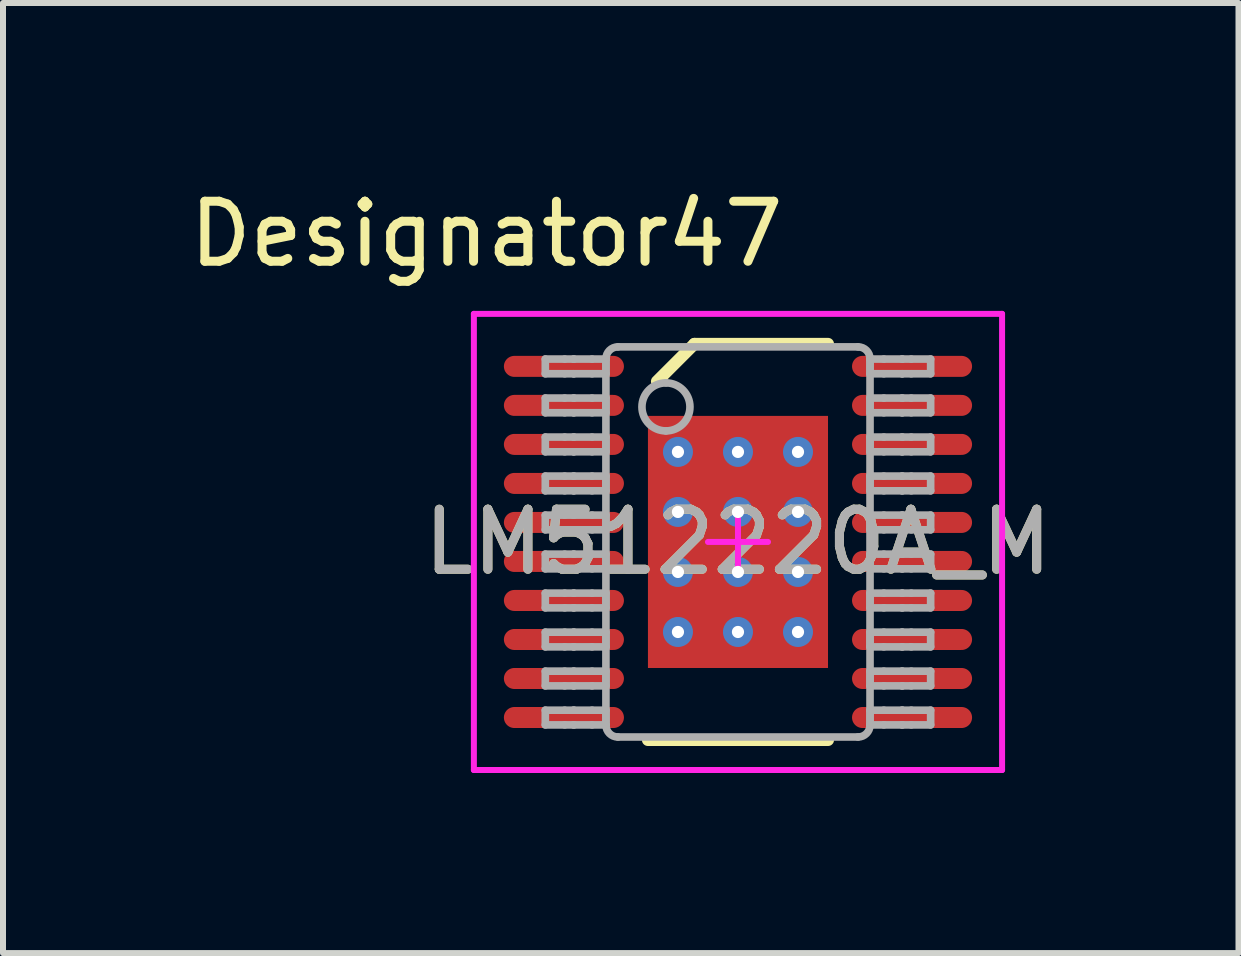
<source format=kicad_pcb>
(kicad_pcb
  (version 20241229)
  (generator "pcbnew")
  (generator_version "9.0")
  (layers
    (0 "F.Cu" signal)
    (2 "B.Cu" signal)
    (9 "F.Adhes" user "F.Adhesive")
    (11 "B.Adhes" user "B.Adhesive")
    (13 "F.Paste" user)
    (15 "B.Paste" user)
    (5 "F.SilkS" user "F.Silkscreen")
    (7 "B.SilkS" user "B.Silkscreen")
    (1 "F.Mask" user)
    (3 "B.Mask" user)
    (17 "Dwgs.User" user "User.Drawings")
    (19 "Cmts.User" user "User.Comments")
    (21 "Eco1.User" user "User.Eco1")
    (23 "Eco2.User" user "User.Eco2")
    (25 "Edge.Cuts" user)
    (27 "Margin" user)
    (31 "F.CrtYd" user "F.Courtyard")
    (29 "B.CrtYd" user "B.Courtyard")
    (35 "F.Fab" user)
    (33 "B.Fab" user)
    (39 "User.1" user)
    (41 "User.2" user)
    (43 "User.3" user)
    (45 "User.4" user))
  (footprint "LM512220A_M"
    (layer "F.Cu")
    (at 9.245 5.979)
    (property "Reference" "LM512220A_M" (at 0 0 0) (unlocked yes) (layer "F.SilkS") (effects (font (size 1 1) (thickness 0.15))))
    (attr smd)
    (fp_line (start -1.5 3.3) (end 1.5 3.3) (stroke (width 0.2) (type solid)) (layer "F.SilkS"))
    (fp_line (start -1.35 -2.675) (end -0.725 -3.3) (stroke (width 0.2) (type solid)) (layer "F.SilkS"))
    (fp_line (start -0.725 -3.3) (end 1.5 -3.3) (stroke (width 0.2) (type solid)) (layer "F.SilkS"))
    (fp_line (start -4.4 -3.8) (end 4.4 -3.8) (stroke (width 0.1) (type solid)) (layer "F.CrtYd"))
    (fp_line (start -4.4 3.8) (end -4.4 -3.8) (stroke (width 0.1) (type solid)) (layer "F.CrtYd"))
    (fp_line (start -4.4 3.8) (end 4.4 3.8) (stroke (width 0.1) (type solid)) (layer "F.CrtYd"))
    (fp_line (start -0.5 0) (end 0.5 0) (stroke (width 0.1) (type solid)) (layer "F.CrtYd"))
    (fp_line (start 0 0.5) (end 0 -0.5) (stroke (width 0.1) (type solid)) (layer "F.CrtYd"))
    (fp_line (start 4.4 3.8) (end 4.4 -3.8) (stroke (width 0.1) (type solid)) (layer "F.CrtYd"))
    (fp_line (start -3.21 -3.047) (end -2.887 -3.047) (stroke (width 0.127) (type solid)) (layer "F.Fab"))
    (fp_line (start -3.21 -2.802) (end -3.21 -3.047) (stroke (width 0.127) (type solid)) (layer "F.Fab"))
    (fp_line (start -3.21 -2.802) (end -2.887 -2.802) (stroke (width 0.127) (type solid)) (layer "F.Fab"))
    (fp_line (start -3.21 -2.397) (end -2.887 -2.397) (stroke (width 0.127) (type solid)) (layer "F.Fab"))
    (fp_line (start -3.21 -2.152) (end -3.21 -2.397) (stroke (width 0.127) (type solid)) (layer "F.Fab"))
    (fp_line (start -3.21 -2.152) (end -2.887 -2.152) (stroke (width 0.127) (type solid)) (layer "F.Fab"))
    (fp_line (start -3.21 -1.747) (end -2.887 -1.747) (stroke (width 0.127) (type solid)) (layer "F.Fab"))
    (fp_line (start -3.21 -1.502) (end -3.21 -1.747) (stroke (width 0.127) (type solid)) (layer "F.Fab"))
    (fp_line (start -3.21 -1.502) (end -2.887 -1.502) (stroke (width 0.127) (type solid)) (layer "F.Fab"))
    (fp_line (start -3.21 -1.097) (end -2.887 -1.097) (stroke (width 0.127) (type solid)) (layer "F.Fab"))
    (fp_line (start -3.21 -0.852) (end -3.21 -1.097) (stroke (width 0.127) (type solid)) (layer "F.Fab"))
    (fp_line (start -3.21 -0.852) (end -2.887 -0.852) (stroke (width 0.127) (type solid)) (layer "F.Fab"))
    (fp_line (start -3.21 -0.447) (end -2.887 -0.447) (stroke (width 0.127) (type solid)) (layer "F.Fab"))
    (fp_line (start -3.21 -0.202) (end -3.21 -0.447) (stroke (width 0.127) (type solid)) (layer "F.Fab"))
    (fp_line (start -3.21 -0.202) (end -2.887 -0.202) (stroke (width 0.127) (type solid)) (layer "F.Fab"))
    (fp_line (start -3.21 0.203) (end -2.887 0.203) (stroke (width 0.127) (type solid)) (layer "F.Fab"))
    (fp_line (start -3.21 0.448) (end -3.21 0.203) (stroke (width 0.127) (type solid)) (layer "F.Fab"))
    (fp_line (start -3.21 0.448) (end -2.887 0.448) (stroke (width 0.127) (type solid)) (layer "F.Fab"))
    (fp_line (start -3.21 0.853) (end -2.887 0.853) (stroke (width 0.127) (type solid)) (layer "F.Fab"))
    (fp_line (start -3.21 1.098) (end -3.21 0.853) (stroke (width 0.127) (type solid)) (layer "F.Fab"))
    (fp_line (start -3.21 1.098) (end -2.887 1.098) (stroke (width 0.127) (type solid)) (layer "F.Fab"))
    (fp_line (start -3.21 1.503) (end -2.887 1.503) (stroke (width 0.127) (type solid)) (layer "F.Fab"))
    (fp_line (start -3.21 1.748) (end -3.21 1.503) (stroke (width 0.127) (type solid)) (layer "F.Fab"))
    (fp_line (start -3.21 1.748) (end -2.887 1.748) (stroke (width 0.127) (type solid)) (layer "F.Fab"))
    (fp_line (start -3.21 2.153) (end -2.887 2.153) (stroke (width 0.127) (type solid)) (layer "F.Fab"))
    (fp_line (start -3.21 2.398) (end -3.21 2.153) (stroke (width 0.127) (type solid)) (layer "F.Fab"))
    (fp_line (start -3.21 2.398) (end -2.887 2.398) (stroke (width 0.127) (type solid)) (layer "F.Fab"))
    (fp_line (start -3.21 2.803) (end -2.887 2.803) (stroke (width 0.127) (type solid)) (layer "F.Fab"))
    (fp_line (start -3.21 3.048) (end -3.21 2.803) (stroke (width 0.127) (type solid)) (layer "F.Fab"))
    (fp_line (start -3.21 3.048) (end -2.887 3.048) (stroke (width 0.127) (type solid)) (layer "F.Fab"))
    (fp_line (start -2.887 -3.047) (end -2.739 -3.047) (stroke (width 0.127) (type solid)) (layer "F.Fab"))
    (fp_line (start -2.887 -2.802) (end -2.739 -2.802) (stroke (width 0.127) (type solid)) (layer "F.Fab"))
    (fp_line (start -2.887 -2.397) (end -2.739 -2.397) (stroke (width 0.127) (type solid)) (layer "F.Fab"))
    (fp_line (start -2.887 -2.152) (end -2.739 -2.152) (stroke (width 0.127) (type solid)) (layer "F.Fab"))
    (fp_line (start -2.887 -1.747) (end -2.739 -1.747) (stroke (width 0.127) (type solid)) (layer "F.Fab"))
    (fp_line (start -2.887 -1.502) (end -2.739 -1.502) (stroke (width 0.127) (type solid)) (layer "F.Fab"))
    (fp_line (start -2.887 -1.097) (end -2.739 -1.097) (stroke (width 0.127) (type solid)) (layer "F.Fab"))
    (fp_line (start -2.887 -0.852) (end -2.739 -0.852) (stroke (width 0.127) (type solid)) (layer "F.Fab"))
    (fp_line (start -2.887 -0.447) (end -2.739 -0.447) (stroke (width 0.127) (type solid)) (layer "F.Fab"))
    (fp_line (start -2.887 -0.202) (end -2.739 -0.202) (stroke (width 0.127) (type solid)) (layer "F.Fab"))
    (fp_line (start -2.887 0.203) (end -2.739 0.203) (stroke (width 0.127) (type solid)) (layer "F.Fab"))
    (fp_line (start -2.887 0.448) (end -2.739 0.448) (stroke (width 0.127) (type solid)) (layer "F.Fab"))
    (fp_line (start -2.887 0.853) (end -2.739 0.853) (stroke (width 0.127) (type solid)) (layer "F.Fab"))
    (fp_line (start -2.887 1.098) (end -2.739 1.098) (stroke (width 0.127) (type solid)) (layer "F.Fab"))
    (fp_line (start -2.887 1.503) (end -2.739 1.503) (stroke (width 0.127) (type solid)) (layer "F.Fab"))
    (fp_line (start -2.887 1.748) (end -2.739 1.748) (stroke (width 0.127) (type solid)) (layer "F.Fab"))
    (fp_line (start -2.887 2.153) (end -2.739 2.153) (stroke (width 0.127) (type solid)) (layer "F.Fab"))
    (fp_line (start -2.887 2.398) (end -2.739 2.398) (stroke (width 0.127) (type solid)) (layer "F.Fab"))
    (fp_line (start -2.887 2.803) (end -2.739 2.803) (stroke (width 0.127) (type solid)) (layer "F.Fab"))
    (fp_line (start -2.887 3.048) (end -2.739 3.048) (stroke (width 0.127) (type solid)) (layer "F.Fab"))
    (fp_line (start -2.739 -3.047) (end -2.733 -3.047) (stroke (width 0.127) (type solid)) (layer "F.Fab"))
    (fp_line (start -2.739 -2.802) (end -2.733 -2.802) (stroke (width 0.127) (type solid)) (layer "F.Fab"))
    (fp_line (start -2.739 -2.397) (end -2.733 -2.397) (stroke (width 0.127) (type solid)) (layer "F.Fab"))
    (fp_line (start -2.739 -2.152) (end -2.733 -2.152) (stroke (width 0.127) (type solid)) (layer "F.Fab"))
    (fp_line (start -2.739 -1.747) (end -2.733 -1.747) (stroke (width 0.127) (type solid)) (layer "F.Fab"))
    (fp_line (start -2.739 -1.502) (end -2.733 -1.502) (stroke (width 0.127) (type solid)) (layer "F.Fab"))
    (fp_line (start -2.739 -1.097) (end -2.733 -1.097) (stroke (width 0.127) (type solid)) (layer "F.Fab"))
    (fp_line (start -2.739 -0.852) (end -2.733 -0.852) (stroke (width 0.127) (type solid)) (layer "F.Fab"))
    (fp_line (start -2.739 -0.447) (end -2.733 -0.447) (stroke (width 0.127) (type solid)) (layer "F.Fab"))
    (fp_line (start -2.739 -0.202) (end -2.733 -0.202) (stroke (width 0.127) (type solid)) (layer "F.Fab"))
    (fp_line (start -2.739 0.203) (end -2.733 0.203) (stroke (width 0.127) (type solid)) (layer "F.Fab"))
    (fp_line (start -2.739 0.448) (end -2.733 0.448) (stroke (width 0.127) (type solid)) (layer "F.Fab"))
    (fp_line (start -2.739 0.853) (end -2.733 0.853) (stroke (width 0.127) (type solid)) (layer "F.Fab"))
    (fp_line (start -2.739 1.098) (end -2.733 1.098) (stroke (width 0.127) (type solid)) (layer "F.Fab"))
    (fp_line (start -2.739 1.503) (end -2.733 1.503) (stroke (width 0.127) (type solid)) (layer "F.Fab"))
    (fp_line (start -2.739 1.748) (end -2.733 1.748) (stroke (width 0.127) (type solid)) (layer "F.Fab"))
    (fp_line (start -2.739 2.153) (end -2.733 2.153) (stroke (width 0.127) (type solid)) (layer "F.Fab"))
    (fp_line (start -2.739 2.398) (end -2.733 2.398) (stroke (width 0.127) (type solid)) (layer "F.Fab"))
    (fp_line (start -2.739 2.803) (end -2.733 2.803) (stroke (width 0.127) (type solid)) (layer "F.Fab"))
    (fp_line (start -2.739 3.048) (end -2.733 3.048) (stroke (width 0.127) (type solid)) (layer "F.Fab"))
    (fp_line (start -2.733 -3.047) (end -2.431 -3.047) (stroke (width 0.127) (type solid)) (layer "F.Fab"))
    (fp_line (start -2.733 -2.802) (end -2.431 -2.802) (stroke (width 0.127) (type solid)) (layer "F.Fab"))
    (fp_line (start -2.733 -2.397) (end -2.431 -2.397) (stroke (width 0.127) (type solid)) (layer "F.Fab"))
    (fp_line (start -2.733 -2.152) (end -2.431 -2.152) (stroke (width 0.127) (type solid)) (layer "F.Fab"))
    (fp_line (start -2.733 -1.747) (end -2.431 -1.747) (stroke (width 0.127) (type solid)) (layer "F.Fab"))
    (fp_line (start -2.733 -1.502) (end -2.431 -1.502) (stroke (width 0.127) (type solid)) (layer "F.Fab"))
    (fp_line (start -2.733 -1.097) (end -2.431 -1.097) (stroke (width 0.127) (type solid)) (layer "F.Fab"))
    (fp_line (start -2.733 -0.852) (end -2.431 -0.852) (stroke (width 0.127) (type solid)) (layer "F.Fab"))
    (fp_line (start -2.733 -0.447) (end -2.431 -0.447) (stroke (width 0.127) (type solid)) (layer "F.Fab"))
    (fp_line (start -2.733 -0.202) (end -2.431 -0.202) (stroke (width 0.127) (type solid)) (layer "F.Fab"))
    (fp_line (start -2.733 0.203) (end -2.431 0.203) (stroke (width 0.127) (type solid)) (layer "F.Fab"))
    (fp_line (start -2.733 0.448) (end -2.431 0.448) (stroke (width 0.127) (type solid)) (layer "F.Fab"))
    (fp_line (start -2.733 0.853) (end -2.431 0.853) (stroke (width 0.127) (type solid)) (layer "F.Fab"))
    (fp_line (start -2.733 1.098) (end -2.431 1.098) (stroke (width 0.127) (type solid)) (layer "F.Fab"))
    (fp_line (start -2.733 1.503) (end -2.431 1.503) (stroke (width 0.127) (type solid)) (layer "F.Fab"))
    (fp_line (start -2.733 1.748) (end -2.431 1.748) (stroke (width 0.127) (type solid)) (layer "F.Fab"))
    (fp_line (start -2.733 2.153) (end -2.431 2.153) (stroke (width 0.127) (type solid)) (layer "F.Fab"))
    (fp_line (start -2.733 2.398) (end -2.431 2.398) (stroke (width 0.127) (type solid)) (layer "F.Fab"))
    (fp_line (start -2.733 2.803) (end -2.431 2.803) (stroke (width 0.127) (type solid)) (layer "F.Fab"))
    (fp_line (start -2.733 3.048) (end -2.431 3.048) (stroke (width 0.127) (type solid)) (layer "F.Fab"))
    (fp_line (start -2.431 -3.047) (end -2.2 -3.047) (stroke (width 0.127) (type solid)) (layer "F.Fab"))
    (fp_line (start -2.431 -2.802) (end -2.2 -2.802) (stroke (width 0.127) (type solid)) (layer "F.Fab"))
    (fp_line (start -2.431 -2.397) (end -2.2 -2.397) (stroke (width 0.127) (type solid)) (layer "F.Fab"))
    (fp_line (start -2.431 -2.152) (end -2.2 -2.152) (stroke (width 0.127) (type solid)) (layer "F.Fab"))
    (fp_line (start -2.431 -1.747) (end -2.2 -1.747) (stroke (width 0.127) (type solid)) (layer "F.Fab"))
    (fp_line (start -2.431 -1.502) (end -2.2 -1.502) (stroke (width 0.127) (type solid)) (layer "F.Fab"))
    (fp_line (start -2.431 -1.097) (end -2.2 -1.097) (stroke (width 0.127) (type solid)) (layer "F.Fab"))
    (fp_line (start -2.431 -0.852) (end -2.2 -0.852) (stroke (width 0.127) (type solid)) (layer "F.Fab"))
    (fp_line (start -2.431 -0.447) (end -2.2 -0.447) (stroke (width 0.127) (type solid)) (layer "F.Fab"))
    (fp_line (start -2.431 -0.202) (end -2.2 -0.202) (stroke (width 0.127) (type solid)) (layer "F.Fab"))
    (fp_line (start -2.431 0.203) (end -2.2 0.203) (stroke (width 0.127) (type solid)) (layer "F.Fab"))
    (fp_line (start -2.431 0.448) (end -2.2 0.448) (stroke (width 0.127) (type solid)) (layer "F.Fab"))
    (fp_line (start -2.431 0.853) (end -2.2 0.853) (stroke (width 0.127) (type solid)) (layer "F.Fab"))
    (fp_line (start -2.431 1.098) (end -2.2 1.098) (stroke (width 0.127) (type solid)) (layer "F.Fab"))
    (fp_line (start -2.431 1.503) (end -2.2 1.503) (stroke (width 0.127) (type solid)) (layer "F.Fab"))
    (fp_line (start -2.431 1.748) (end -2.2 1.748) (stroke (width 0.127) (type solid)) (layer "F.Fab"))
    (fp_line (start -2.431 2.153) (end -2.2 2.153) (stroke (width 0.127) (type solid)) (layer "F.Fab"))
    (fp_line (start -2.431 2.398) (end -2.2 2.398) (stroke (width 0.127) (type solid)) (layer "F.Fab"))
    (fp_line (start -2.431 2.803) (end -2.2 2.803) (stroke (width 0.127) (type solid)) (layer "F.Fab"))
    (fp_line (start -2.431 3.048) (end -2.2 3.048) (stroke (width 0.127) (type solid)) (layer "F.Fab"))
    (fp_line (start -2.2 -2.802) (end -2.2 -3.047) (stroke (width 0.127) (type solid)) (layer "F.Fab"))
    (fp_line (start -2.2 -2.152) (end -2.2 -2.397) (stroke (width 0.127) (type solid)) (layer "F.Fab"))
    (fp_line (start -2.2 -1.502) (end -2.2 -1.747) (stroke (width 0.127) (type solid)) (layer "F.Fab"))
    (fp_line (start -2.2 -0.852) (end -2.2 -1.097) (stroke (width 0.127) (type solid)) (layer "F.Fab"))
    (fp_line (start -2.2 -0.202) (end -2.2 -0.447) (stroke (width 0.127) (type solid)) (layer "F.Fab"))
    (fp_line (start -2.2 0.448) (end -2.2 0.203) (stroke (width 0.127) (type solid)) (layer "F.Fab"))
    (fp_line (start -2.2 1.098) (end -2.2 0.853) (stroke (width 0.127) (type solid)) (layer "F.Fab"))
    (fp_line (start -2.2 1.748) (end -2.2 1.503) (stroke (width 0.127) (type solid)) (layer "F.Fab"))
    (fp_line (start -2.2 2.398) (end -2.2 2.153) (stroke (width 0.127) (type solid)) (layer "F.Fab"))
    (fp_line (start -2.2 3.048) (end -2.2 2.803) (stroke (width 0.127) (type solid)) (layer "F.Fab"))
    (fp_line (start -2.2 3.05) (end -2.2 -3.05) (stroke (width 0.127) (type solid)) (layer "F.Fab"))
    (fp_line (start -2 -3.25) (end 2 -3.25) (stroke (width 0.127) (type solid)) (layer "F.Fab"))
    (fp_line (start -2 3.25) (end 2 3.25) (stroke (width 0.127) (type solid)) (layer "F.Fab"))
    (fp_line (start 2.2 -3.047) (end 2.43 -3.047) (stroke (width 0.127) (type solid)) (layer "F.Fab"))
    (fp_line (start 2.2 -2.802) (end 2.2 -3.047) (stroke (width 0.127) (type solid)) (layer "F.Fab"))
    (fp_line (start 2.2 -2.802) (end 2.43 -2.802) (stroke (width 0.127) (type solid)) (layer "F.Fab"))
    (fp_line (start 2.2 -2.397) (end 2.43 -2.397) (stroke (width 0.127) (type solid)) (layer "F.Fab"))
    (fp_line (start 2.2 -2.152) (end 2.2 -2.397) (stroke (width 0.127) (type solid)) (layer "F.Fab"))
    (fp_line (start 2.2 -2.152) (end 2.43 -2.152) (stroke (width 0.127) (type solid)) (layer "F.Fab"))
    (fp_line (start 2.2 -1.747) (end 2.43 -1.747) (stroke (width 0.127) (type solid)) (layer "F.Fab"))
    (fp_line (start 2.2 -1.502) (end 2.2 -1.747) (stroke (width 0.127) (type solid)) (layer "F.Fab"))
    (fp_line (start 2.2 -1.502) (end 2.43 -1.502) (stroke (width 0.127) (type solid)) (layer "F.Fab"))
    (fp_line (start 2.2 -1.097) (end 2.43 -1.097) (stroke (width 0.127) (type solid)) (layer "F.Fab"))
    (fp_line (start 2.2 -0.852) (end 2.2 -1.097) (stroke (width 0.127) (type solid)) (layer "F.Fab"))
    (fp_line (start 2.2 -0.852) (end 2.43 -0.852) (stroke (width 0.127) (type solid)) (layer "F.Fab"))
    (fp_line (start 2.2 -0.447) (end 2.43 -0.447) (stroke (width 0.127) (type solid)) (layer "F.Fab"))
    (fp_line (start 2.2 -0.202) (end 2.2 -0.447) (stroke (width 0.127) (type solid)) (layer "F.Fab"))
    (fp_line (start 2.2 -0.202) (end 2.43 -0.202) (stroke (width 0.127) (type solid)) (layer "F.Fab"))
    (fp_line (start 2.2 0.203) (end 2.43 0.203) (stroke (width 0.127) (type solid)) (layer "F.Fab"))
    (fp_line (start 2.2 0.448) (end 2.2 0.203) (stroke (width 0.127) (type solid)) (layer "F.Fab"))
    (fp_line (start 2.2 0.448) (end 2.43 0.448) (stroke (width 0.127) (type solid)) (layer "F.Fab"))
    (fp_line (start 2.2 0.853) (end 2.43 0.853) (stroke (width 0.127) (type solid)) (layer "F.Fab"))
    (fp_line (start 2.2 1.098) (end 2.2 0.853) (stroke (width 0.127) (type solid)) (layer "F.Fab"))
    (fp_line (start 2.2 1.098) (end 2.43 1.098) (stroke (width 0.127) (type solid)) (layer "F.Fab"))
    (fp_line (start 2.2 1.503) (end 2.43 1.503) (stroke (width 0.127) (type solid)) (layer "F.Fab"))
    (fp_line (start 2.2 1.748) (end 2.2 1.503) (stroke (width 0.127) (type solid)) (layer "F.Fab"))
    (fp_line (start 2.2 1.748) (end 2.43 1.748) (stroke (width 0.127) (type solid)) (layer "F.Fab"))
    (fp_line (start 2.2 2.153) (end 2.43 2.153) (stroke (width 0.127) (type solid)) (layer "F.Fab"))
    (fp_line (start 2.2 2.398) (end 2.2 2.153) (stroke (width 0.127) (type solid)) (layer "F.Fab"))
    (fp_line (start 2.2 2.398) (end 2.43 2.398) (stroke (width 0.127) (type solid)) (layer "F.Fab"))
    (fp_line (start 2.2 2.803) (end 2.43 2.803) (stroke (width 0.127) (type solid)) (layer "F.Fab"))
    (fp_line (start 2.2 3.048) (end 2.2 2.803) (stroke (width 0.127) (type solid)) (layer "F.Fab"))
    (fp_line (start 2.2 3.048) (end 2.43 3.048) (stroke (width 0.127) (type solid)) (layer "F.Fab"))
    (fp_line (start 2.2 3.05) (end 2.2 -3.05) (stroke (width 0.127) (type solid)) (layer "F.Fab"))
    (fp_line (start 2.43 -3.047) (end 2.733 -3.047) (stroke (width 0.127) (type solid)) (layer "F.Fab"))
    (fp_line (start 2.43 -2.802) (end 2.733 -2.802) (stroke (width 0.127) (type solid)) (layer "F.Fab"))
    (fp_line (start 2.43 -2.397) (end 2.733 -2.397) (stroke (width 0.127) (type solid)) (layer "F.Fab"))
    (fp_line (start 2.43 -2.152) (end 2.733 -2.152) (stroke (width 0.127) (type solid)) (layer "F.Fab"))
    (fp_line (start 2.43 -1.747) (end 2.733 -1.747) (stroke (width 0.127) (type solid)) (layer "F.Fab"))
    (fp_line (start 2.43 -1.502) (end 2.733 -1.502) (stroke (width 0.127) (type solid)) (layer "F.Fab"))
    (fp_line (start 2.43 -1.097) (end 2.733 -1.097) (stroke (width 0.127) (type solid)) (layer "F.Fab"))
    (fp_line (start 2.43 -0.852) (end 2.733 -0.852) (stroke (width 0.127) (type solid)) (layer "F.Fab"))
    (fp_line (start 2.43 -0.447) (end 2.733 -0.447) (stroke (width 0.127) (type solid)) (layer "F.Fab"))
    (fp_line (start 2.43 -0.202) (end 2.733 -0.202) (stroke (width 0.127) (type solid)) (layer "F.Fab"))
    (fp_line (start 2.43 0.203) (end 2.733 0.203) (stroke (width 0.127) (type solid)) (layer "F.Fab"))
    (fp_line (start 2.43 0.448) (end 2.733 0.448) (stroke (width 0.127) (type solid)) (layer "F.Fab"))
    (fp_line (start 2.43 0.853) (end 2.733 0.853) (stroke (width 0.127) (type solid)) (layer "F.Fab"))
    (fp_line (start 2.43 1.098) (end 2.733 1.098) (stroke (width 0.127) (type solid)) (layer "F.Fab"))
    (fp_line (start 2.43 1.503) (end 2.733 1.503) (stroke (width 0.127) (type solid)) (layer "F.Fab"))
    (fp_line (start 2.43 1.748) (end 2.733 1.748) (stroke (width 0.127) (type solid)) (layer "F.Fab"))
    (fp_line (start 2.43 2.153) (end 2.733 2.153) (stroke (width 0.127) (type solid)) (layer "F.Fab"))
    (fp_line (start 2.43 2.398) (end 2.733 2.398) (stroke (width 0.127) (type solid)) (layer "F.Fab"))
    (fp_line (start 2.43 2.803) (end 2.733 2.803) (stroke (width 0.127) (type solid)) (layer "F.Fab"))
    (fp_line (start 2.43 3.048) (end 2.733 3.048) (stroke (width 0.127) (type solid)) (layer "F.Fab"))
    (fp_line (start 2.733 -3.047) (end 2.739 -3.047) (stroke (width 0.127) (type solid)) (layer "F.Fab"))
    (fp_line (start 2.733 -2.802) (end 2.739 -2.802) (stroke (width 0.127) (type solid)) (layer "F.Fab"))
    (fp_line (start 2.733 -2.397) (end 2.739 -2.397) (stroke (width 0.127) (type solid)) (layer "F.Fab"))
    (fp_line (start 2.733 -2.152) (end 2.739 -2.152) (stroke (width 0.127) (type solid)) (layer "F.Fab"))
    (fp_line (start 2.733 -1.747) (end 2.739 -1.747) (stroke (width 0.127) (type solid)) (layer "F.Fab"))
    (fp_line (start 2.733 -1.502) (end 2.739 -1.502) (stroke (width 0.127) (type solid)) (layer "F.Fab"))
    (fp_line (start 2.733 -1.097) (end 2.739 -1.097) (stroke (width 0.127) (type solid)) (layer "F.Fab"))
    (fp_line (start 2.733 -0.852) (end 2.739 -0.852) (stroke (width 0.127) (type solid)) (layer "F.Fab"))
    (fp_line (start 2.733 -0.447) (end 2.739 -0.447) (stroke (width 0.127) (type solid)) (layer "F.Fab"))
    (fp_line (start 2.733 -0.202) (end 2.739 -0.202) (stroke (width 0.127) (type solid)) (layer "F.Fab"))
    (fp_line (start 2.733 0.203) (end 2.739 0.203) (stroke (width 0.127) (type solid)) (layer "F.Fab"))
    (fp_line (start 2.733 0.448) (end 2.739 0.448) (stroke (width 0.127) (type solid)) (layer "F.Fab"))
    (fp_line (start 2.733 0.853) (end 2.739 0.853) (stroke (width 0.127) (type solid)) (layer "F.Fab"))
    (fp_line (start 2.733 1.098) (end 2.739 1.098) (stroke (width 0.127) (type solid)) (layer "F.Fab"))
    (fp_line (start 2.733 1.503) (end 2.739 1.503) (stroke (width 0.127) (type solid)) (layer "F.Fab"))
    (fp_line (start 2.733 1.748) (end 2.739 1.748) (stroke (width 0.127) (type solid)) (layer "F.Fab"))
    (fp_line (start 2.733 2.153) (end 2.739 2.153) (stroke (width 0.127) (type solid)) (layer "F.Fab"))
    (fp_line (start 2.733 2.398) (end 2.739 2.398) (stroke (width 0.127) (type solid)) (layer "F.Fab"))
    (fp_line (start 2.733 2.803) (end 2.739 2.803) (stroke (width 0.127) (type solid)) (layer "F.Fab"))
    (fp_line (start 2.733 3.048) (end 2.739 3.048) (stroke (width 0.127) (type solid)) (layer "F.Fab"))
    (fp_line (start 2.739 -3.047) (end 2.887 -3.047) (stroke (width 0.127) (type solid)) (layer "F.Fab"))
    (fp_line (start 2.739 -2.802) (end 2.887 -2.802) (stroke (width 0.127) (type solid)) (layer "F.Fab"))
    (fp_line (start 2.739 -2.397) (end 2.887 -2.397) (stroke (width 0.127) (type solid)) (layer "F.Fab"))
    (fp_line (start 2.739 -2.152) (end 2.887 -2.152) (stroke (width 0.127) (type solid)) (layer "F.Fab"))
    (fp_line (start 2.739 -1.747) (end 2.887 -1.747) (stroke (width 0.127) (type solid)) (layer "F.Fab"))
    (fp_line (start 2.739 -1.502) (end 2.887 -1.502) (stroke (width 0.127) (type solid)) (layer "F.Fab"))
    (fp_line (start 2.739 -1.097) (end 2.887 -1.097) (stroke (width 0.127) (type solid)) (layer "F.Fab"))
    (fp_line (start 2.739 -0.852) (end 2.887 -0.852) (stroke (width 0.127) (type solid)) (layer "F.Fab"))
    (fp_line (start 2.739 -0.447) (end 2.887 -0.447) (stroke (width 0.127) (type solid)) (layer "F.Fab"))
    (fp_line (start 2.739 -0.202) (end 2.887 -0.202) (stroke (width 0.127) (type solid)) (layer "F.Fab"))
    (fp_line (start 2.739 0.203) (end 2.887 0.203) (stroke (width 0.127) (type solid)) (layer "F.Fab"))
    (fp_line (start 2.739 0.448) (end 2.887 0.448) (stroke (width 0.127) (type solid)) (layer "F.Fab"))
    (fp_line (start 2.739 0.853) (end 2.887 0.853) (stroke (width 0.127) (type solid)) (layer "F.Fab"))
    (fp_line (start 2.739 1.098) (end 2.887 1.098) (stroke (width 0.127) (type solid)) (layer "F.Fab"))
    (fp_line (start 2.739 1.503) (end 2.887 1.503) (stroke (width 0.127) (type solid)) (layer "F.Fab"))
    (fp_line (start 2.739 1.748) (end 2.887 1.748) (stroke (width 0.127) (type solid)) (layer "F.Fab"))
    (fp_line (start 2.739 2.153) (end 2.887 2.153) (stroke (width 0.127) (type solid)) (layer "F.Fab"))
    (fp_line (start 2.739 2.398) (end 2.887 2.398) (stroke (width 0.127) (type solid)) (layer "F.Fab"))
    (fp_line (start 2.739 2.803) (end 2.887 2.803) (stroke (width 0.127) (type solid)) (layer "F.Fab"))
    (fp_line (start 2.739 3.048) (end 2.887 3.048) (stroke (width 0.127) (type solid)) (layer "F.Fab"))
    (fp_line (start 2.887 -3.047) (end 3.21 -3.047) (stroke (width 0.127) (type solid)) (layer "F.Fab"))
    (fp_line (start 2.887 -2.802) (end 3.21 -2.802) (stroke (width 0.127) (type solid)) (layer "F.Fab"))
    (fp_line (start 2.887 -2.397) (end 3.21 -2.397) (stroke (width 0.127) (type solid)) (layer "F.Fab"))
    (fp_line (start 2.887 -2.152) (end 3.21 -2.152) (stroke (width 0.127) (type solid)) (layer "F.Fab"))
    (fp_line (start 2.887 -1.747) (end 3.21 -1.747) (stroke (width 0.127) (type solid)) (layer "F.Fab"))
    (fp_line (start 2.887 -1.502) (end 3.21 -1.502) (stroke (width 0.127) (type solid)) (layer "F.Fab"))
    (fp_line (start 2.887 -1.097) (end 3.21 -1.097) (stroke (width 0.127) (type solid)) (layer "F.Fab"))
    (fp_line (start 2.887 -0.852) (end 3.21 -0.852) (stroke (width 0.127) (type solid)) (layer "F.Fab"))
    (fp_line (start 2.887 -0.447) (end 3.21 -0.447) (stroke (width 0.127) (type solid)) (layer "F.Fab"))
    (fp_line (start 2.887 -0.202) (end 3.21 -0.202) (stroke (width 0.127) (type solid)) (layer "F.Fab"))
    (fp_line (start 2.887 0.203) (end 3.21 0.203) (stroke (width 0.127) (type solid)) (layer "F.Fab"))
    (fp_line (start 2.887 0.448) (end 3.21 0.448) (stroke (width 0.127) (type solid)) (layer "F.Fab"))
    (fp_line (start 2.887 0.853) (end 3.21 0.853) (stroke (width 0.127) (type solid)) (layer "F.Fab"))
    (fp_line (start 2.887 1.098) (end 3.21 1.098) (stroke (width 0.127) (type solid)) (layer "F.Fab"))
    (fp_line (start 2.887 1.503) (end 3.21 1.503) (stroke (width 0.127) (type solid)) (layer "F.Fab"))
    (fp_line (start 2.887 1.748) (end 3.21 1.748) (stroke (width 0.127) (type solid)) (layer "F.Fab"))
    (fp_line (start 2.887 2.153) (end 3.21 2.153) (stroke (width 0.127) (type solid)) (layer "F.Fab"))
    (fp_line (start 2.887 2.398) (end 3.21 2.398) (stroke (width 0.127) (type solid)) (layer "F.Fab"))
    (fp_line (start 2.887 2.803) (end 3.21 2.803) (stroke (width 0.127) (type solid)) (layer "F.Fab"))
    (fp_line (start 2.887 3.048) (end 3.21 3.048) (stroke (width 0.127) (type solid)) (layer "F.Fab"))
    (fp_line (start 3.21 -2.802) (end 3.21 -3.047) (stroke (width 0.127) (type solid)) (layer "F.Fab"))
    (fp_line (start 3.21 -2.152) (end 3.21 -2.397) (stroke (width 0.127) (type solid)) (layer "F.Fab"))
    (fp_line (start 3.21 -1.502) (end 3.21 -1.747) (stroke (width 0.127) (type solid)) (layer "F.Fab"))
    (fp_line (start 3.21 -0.852) (end 3.21 -1.097) (stroke (width 0.127) (type solid)) (layer "F.Fab"))
    (fp_line (start 3.21 -0.202) (end 3.21 -0.447) (stroke (width 0.127) (type solid)) (layer "F.Fab"))
    (fp_line (start 3.21 0.448) (end 3.21 0.203) (stroke (width 0.127) (type solid)) (layer "F.Fab"))
    (fp_line (start 3.21 1.098) (end 3.21 0.853) (stroke (width 0.127) (type solid)) (layer "F.Fab"))
    (fp_line (start 3.21 1.748) (end 3.21 1.503) (stroke (width 0.127) (type solid)) (layer "F.Fab"))
    (fp_line (start 3.21 2.398) (end 3.21 2.153) (stroke (width 0.127) (type solid)) (layer "F.Fab"))
    (fp_line (start 3.21 3.048) (end 3.21 2.803) (stroke (width 0.127) (type solid)) (layer "F.Fab"))
    (fp_arc (start -2.200001 -3.049986) (mid -2.141422 -3.191407) (end -2.000001 -3.249986) (stroke (width 0.127) (type solid)) (layer "F.Fab"))
    (fp_arc (start -2.000001 3.250001) (mid -2.141422 3.191423) (end -2.200001 3.050002) (stroke (width 0.127) (type solid)) (layer "F.Fab"))
    (fp_arc (start -1.200003 -2.649987) (mid -0.800003 -2.249988) (end -1.200003 -1.849989) (stroke (width 0.127) (type solid)) (layer "F.Fab"))
    (fp_arc (start -1.200003 -1.849989) (mid -1.600002 -2.249988) (end -1.200003 -2.649987) (stroke (width 0.127) (type solid)) (layer "F.Fab"))
    (fp_arc (start 1.999991 -3.249986) (mid 2.141412 -3.191407) (end 2.199991 -3.049986) (stroke (width 0.127) (type solid)) (layer "F.Fab"))
    (fp_arc (start 2.199991 3.050002) (mid 2.141412 3.191423) (end 1.999991 3.250001) (stroke (width 0.127) (type solid)) (layer "F.Fab"))
    (fp_text user "Designator47" (at -4.191 -5.131 0) (unlocked yes) (layer "F.SilkS") (effects (font (size 1 1) (thickness 0.15))))
    (fp_text user "${REFERENCE}" (at 0 0 0) (unlocked yes) (layer "F.Fab") (effects (font (size 1 1) (thickness 0.15))))
    (pad "1" smd oval (at -2.9 -2.925 90) (size 0.35 2) (layers "F.Cu" "F.Mask" "F.Paste"))
    (pad "2" smd oval (at -2.9 -2.275 90) (size 0.35 2) (layers "F.Cu" "F.Mask" "F.Paste"))
    (pad "3" smd oval (at -2.9 -1.625 90) (size 0.35 2) (layers "F.Cu" "F.Mask" "F.Paste"))
    (pad "4" smd oval (at -2.9 -0.975 90) (size 0.35 2) (layers "F.Cu" "F.Mask" "F.Paste"))
    (pad "5" smd oval (at -2.9 -0.325 90) (size 0.35 2) (layers "F.Cu" "F.Mask" "F.Paste"))
    (pad "6" smd oval (at -2.9 0.325 90) (size 0.35 2) (layers "F.Cu" "F.Mask" "F.Paste"))
    (pad "7" smd oval (at -2.9 0.975 90) (size 0.35 2) (layers "F.Cu" "F.Mask" "F.Paste"))
    (pad "8" smd oval (at -2.9 1.625 90) (size 0.35 2) (layers "F.Cu" "F.Mask" "F.Paste"))
    (pad "9" smd oval (at -2.9 2.275 90) (size 0.35 2) (layers "F.Cu" "F.Mask" "F.Paste"))
    (pad "10" smd oval (at -2.9 2.925 90) (size 0.35 2) (layers "F.Cu" "F.Mask" "F.Paste"))
    (pad "11" smd oval (at 2.9 2.925 90) (size 0.35 2) (layers "F.Cu" "F.Mask" "F.Paste"))
    (pad "12" smd oval (at 2.9 2.275 90) (size 0.35 2) (layers "F.Cu" "F.Mask" "F.Paste"))
    (pad "13" smd oval (at 2.9 1.625 90) (size 0.35 2) (layers "F.Cu" "F.Mask" "F.Paste"))
    (pad "14" smd oval (at 2.9 0.975 90) (size 0.35 2) (layers "F.Cu" "F.Mask" "F.Paste"))
    (pad "15" smd oval (at 2.9 0.325 90) (size 0.35 2) (layers "F.Cu" "F.Mask" "F.Paste"))
    (pad "16" smd oval (at 2.9 -0.325 90) (size 0.35 2) (layers "F.Cu" "F.Mask" "F.Paste"))
    (pad "17" smd oval (at 2.9 -0.975 90) (size 0.35 2) (layers "F.Cu" "F.Mask" "F.Paste"))
    (pad "18" smd oval (at 2.9 -1.625 90) (size 0.35 2) (layers "F.Cu" "F.Mask" "F.Paste"))
    (pad "19" smd oval (at 2.9 -2.275 90) (size 0.35 2) (layers "F.Cu" "F.Mask" "F.Paste"))
    (pad "20" smd oval (at 2.9 -2.925 90) (size 0.35 2) (layers "F.Cu" "F.Mask" "F.Paste"))
    (pad "21" smd rect (at 0 0) (size 3 4.2) (layers "F.Cu" "F.Mask" "F.Paste"))
    (pad "V" thru_hole circle (at -1 -1.5) (size 0.5 0.5) (drill 0.203) (layers "*.Cu" "*.Mask"))
    (pad "V" thru_hole circle (at -1 -0.5) (size 0.5 0.5) (drill 0.203) (layers "*.Cu" "*.Mask"))
    (pad "V" thru_hole circle (at -1 0.5) (size 0.5 0.5) (drill 0.203) (layers "*.Cu" "*.Mask"))
    (pad "V" thru_hole circle (at -1 1.5) (size 0.5 0.5) (drill 0.203) (layers "*.Cu" "*.Mask"))
    (pad "V" thru_hole circle (at 0 -1.5) (size 0.5 0.5) (drill 0.203) (layers "*.Cu" "*.Mask"))
    (pad "V" thru_hole circle (at 0 -0.5) (size 0.5 0.5) (drill 0.203) (layers "*.Cu" "*.Mask"))
    (pad "V" thru_hole circle (at 0 0.5) (size 0.5 0.5) (drill 0.203) (layers "*.Cu" "*.Mask"))
    (pad "V" thru_hole circle (at 0 1.5) (size 0.5 0.5) (drill 0.203) (layers "*.Cu" "*.Mask"))
    (pad "V" thru_hole circle (at 1 -1.5) (size 0.5 0.5) (drill 0.203) (layers "*.Cu" "*.Mask"))
    (pad "V" thru_hole circle (at 1 -0.5) (size 0.5 0.5) (drill 0.203) (layers "*.Cu" "*.Mask"))
    (pad "V" thru_hole circle (at 1 0.5) (size 0.5 0.5) (drill 0.203) (layers "*.Cu" "*.Mask"))
    (pad "V" thru_hole circle (at 1 1.5) (size 0.5 0.5) (drill 0.203) (layers "*.Cu" "*.Mask")))
  (gr_rect
    (start -3 -3)
    (end 17.584 12.829)
    (stroke (width 0.1) (type default))
    (fill no)
    (layer "Edge.Cuts")))
</source>
